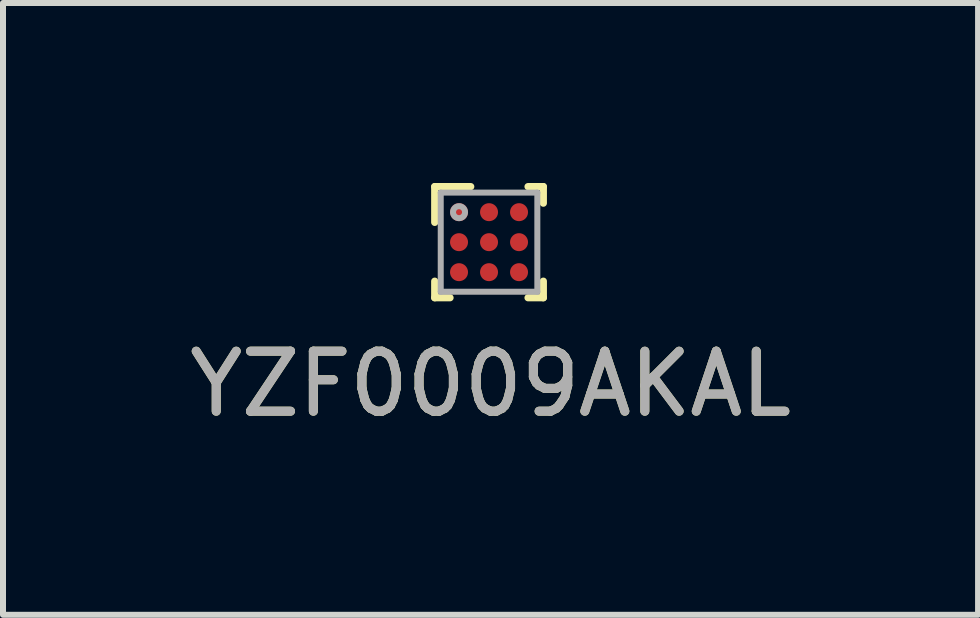
<source format=kicad_pcb>
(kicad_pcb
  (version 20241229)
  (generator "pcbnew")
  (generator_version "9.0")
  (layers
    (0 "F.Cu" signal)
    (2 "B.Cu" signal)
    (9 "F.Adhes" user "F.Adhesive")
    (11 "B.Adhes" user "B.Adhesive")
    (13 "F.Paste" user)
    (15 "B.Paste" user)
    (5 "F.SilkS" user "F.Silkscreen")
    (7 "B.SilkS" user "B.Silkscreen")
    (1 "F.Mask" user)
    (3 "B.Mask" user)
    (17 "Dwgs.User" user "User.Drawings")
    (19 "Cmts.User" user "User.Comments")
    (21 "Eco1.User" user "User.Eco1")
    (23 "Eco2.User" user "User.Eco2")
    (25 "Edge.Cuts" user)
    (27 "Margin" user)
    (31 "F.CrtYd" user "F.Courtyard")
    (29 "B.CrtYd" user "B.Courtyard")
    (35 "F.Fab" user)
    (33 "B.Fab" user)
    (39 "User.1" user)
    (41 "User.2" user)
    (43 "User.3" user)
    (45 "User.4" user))
  (footprint "YZF0009AKAL"
    (layer "F.Cu")
    (at 5.1 0.986)
    (property "Reference" "YZF0009AKAL" (at 0.025 2.362 0) (unlocked yes) (layer "F.SilkS") (effects (font (size 1 1) (thickness 0.15))))
    (attr smd)
    (fp_line (start -0.905 -0.926) (end -0.305 -0.926) (stroke (width 0.12) (type solid)) (layer "F.SilkS"))
    (fp_line (start -0.905 -0.33) (end -0.905 -0.926) (stroke (width 0.12) (type solid)) (layer "F.SilkS"))
    (fp_line (start -0.905 0.926) (end -0.905 0.65) (stroke (width 0.12) (type solid)) (layer "F.SilkS"))
    (fp_line (start -0.905 0.926) (end -0.65 0.926) (stroke (width 0.12) (type solid)) (layer "F.SilkS"))
    (fp_line (start 0.65 -0.926) (end 0.905 -0.926) (stroke (width 0.12) (type solid)) (layer "F.SilkS"))
    (fp_line (start 0.65 0.926) (end 0.905 0.926) (stroke (width 0.12) (type solid)) (layer "F.SilkS"))
    (fp_line (start 0.905 -0.65) (end 0.905 -0.926) (stroke (width 0.12) (type solid)) (layer "F.SilkS"))
    (fp_line (start 0.905 0.926) (end 0.905 0.65) (stroke (width 0.12) (type solid)) (layer "F.SilkS"))
    (fp_circle (center -0.6 -0.6) (end -0.575 -0.6) (stroke (width 0.05) (type solid)) (fill no) (layer "F.Paste"))
    (fp_circle (center -0.6 -0.4) (end -0.575 -0.4) (stroke (width 0.05) (type solid)) (fill no) (layer "F.Paste"))
    (fp_circle (center -0.6 -0.1) (end -0.575 -0.1) (stroke (width 0.05) (type solid)) (fill no) (layer "F.Paste"))
    (fp_circle (center -0.6 0.1) (end -0.575 0.1) (stroke (width 0.05) (type solid)) (fill no) (layer "F.Paste"))
    (fp_circle (center -0.6 0.4) (end -0.575 0.4) (stroke (width 0.05) (type solid)) (fill no) (layer "F.Paste"))
    (fp_circle (center -0.6 0.6) (end -0.575 0.6) (stroke (width 0.05) (type solid)) (fill no) (layer "F.Paste"))
    (fp_circle (center -0.4 -0.6) (end -0.375 -0.6) (stroke (width 0.05) (type solid)) (fill no) (layer "F.Paste"))
    (fp_circle (center -0.4 -0.4) (end -0.375 -0.4) (stroke (width 0.05) (type solid)) (fill no) (layer "F.Paste"))
    (fp_circle (center -0.4 -0.1) (end -0.375 -0.1) (stroke (width 0.05) (type solid)) (fill no) (layer "F.Paste"))
    (fp_circle (center -0.4 0.1) (end -0.375 0.1) (stroke (width 0.05) (type solid)) (fill no) (layer "F.Paste"))
    (fp_circle (center -0.4 0.4) (end -0.375 0.4) (stroke (width 0.05) (type solid)) (fill no) (layer "F.Paste"))
    (fp_circle (center -0.4 0.6) (end -0.375 0.6) (stroke (width 0.05) (type solid)) (fill no) (layer "F.Paste"))
    (fp_circle (center -0.1 -0.6) (end -0.075 -0.6) (stroke (width 0.05) (type solid)) (fill no) (layer "F.Paste"))
    (fp_circle (center -0.1 -0.4) (end -0.075 -0.4) (stroke (width 0.05) (type solid)) (fill no) (layer "F.Paste"))
    (fp_circle (center -0.1 -0.1) (end -0.075 -0.1) (stroke (width 0.05) (type solid)) (fill no) (layer "F.Paste"))
    (fp_circle (center -0.1 0.1) (end -0.075 0.1) (stroke (width 0.05) (type solid)) (fill no) (layer "F.Paste"))
    (fp_circle (center -0.1 0.4) (end -0.075 0.4) (stroke (width 0.05) (type solid)) (fill no) (layer "F.Paste"))
    (fp_circle (center -0.1 0.6) (end -0.075 0.6) (stroke (width 0.05) (type solid)) (fill no) (layer "F.Paste"))
    (fp_circle (center 0.1 -0.6) (end 0.125 -0.6) (stroke (width 0.05) (type solid)) (fill no) (layer "F.Paste"))
    (fp_circle (center 0.1 -0.4) (end 0.125 -0.4) (stroke (width 0.05) (type solid)) (fill no) (layer "F.Paste"))
    (fp_circle (center 0.1 -0.1) (end 0.125 -0.1) (stroke (width 0.05) (type solid)) (fill no) (layer "F.Paste"))
    (fp_circle (center 0.1 0.1) (end 0.125 0.1) (stroke (width 0.05) (type solid)) (fill no) (layer "F.Paste"))
    (fp_circle (center 0.1 0.4) (end 0.125 0.4) (stroke (width 0.05) (type solid)) (fill no) (layer "F.Paste"))
    (fp_circle (center 0.1 0.6) (end 0.125 0.6) (stroke (width 0.05) (type solid)) (fill no) (layer "F.Paste"))
    (fp_circle (center 0.4 -0.6) (end 0.425 -0.6) (stroke (width 0.05) (type solid)) (fill no) (layer "F.Paste"))
    (fp_circle (center 0.4 -0.4) (end 0.425 -0.4) (stroke (width 0.05) (type solid)) (fill no) (layer "F.Paste"))
    (fp_circle (center 0.4 -0.1) (end 0.425 -0.1) (stroke (width 0.05) (type solid)) (fill no) (layer "F.Paste"))
    (fp_circle (center 0.4 0.1) (end 0.425 0.1) (stroke (width 0.05) (type solid)) (fill no) (layer "F.Paste"))
    (fp_circle (center 0.4 0.4) (end 0.425 0.4) (stroke (width 0.05) (type solid)) (fill no) (layer "F.Paste"))
    (fp_circle (center 0.4 0.6) (end 0.425 0.6) (stroke (width 0.05) (type solid)) (fill no) (layer "F.Paste"))
    (fp_circle (center 0.6 -0.6) (end 0.625 -0.6) (stroke (width 0.05) (type solid)) (fill no) (layer "F.Paste"))
    (fp_circle (center 0.6 -0.4) (end 0.625 -0.4) (stroke (width 0.05) (type solid)) (fill no) (layer "F.Paste"))
    (fp_circle (center 0.6 -0.1) (end 0.625 -0.1) (stroke (width 0.05) (type solid)) (fill no) (layer "F.Paste"))
    (fp_circle (center 0.6 0.1) (end 0.625 0.1) (stroke (width 0.05) (type solid)) (fill no) (layer "F.Paste"))
    (fp_circle (center 0.6 0.4) (end 0.625 0.4) (stroke (width 0.05) (type solid)) (fill no) (layer "F.Paste"))
    (fp_circle (center 0.6 0.6) (end 0.625 0.6) (stroke (width 0.05) (type solid)) (fill no) (layer "F.Paste"))
    (fp_poly (pts (xy -0.65 -0.4) (xy -0.35 -0.4) (xy -0.35 -0.6) (xy -0.65 -0.6)) (stroke (width 0) (type solid)) (fill yes) (layer "F.Paste"))
    (fp_poly (pts (xy -0.65 0.1) (xy -0.35 0.1) (xy -0.35 -0.1) (xy -0.65 -0.1)) (stroke (width 0) (type solid)) (fill yes) (layer "F.Paste"))
    (fp_poly (pts (xy -0.65 0.6) (xy -0.35 0.6) (xy -0.35 0.4) (xy -0.65 0.4)) (stroke (width 0) (type solid)) (fill yes) (layer "F.Paste"))
    (fp_poly (pts (xy -0.4 -0.35) (xy -0.4 -0.65) (xy -0.6 -0.65) (xy -0.6 -0.35)) (stroke (width 0) (type solid)) (fill yes) (layer "F.Paste"))
    (fp_poly (pts (xy -0.4 0.15) (xy -0.4 -0.15) (xy -0.6 -0.15) (xy -0.6 0.15)) (stroke (width 0) (type solid)) (fill yes) (layer "F.Paste"))
    (fp_poly (pts (xy -0.4 0.65) (xy -0.4 0.35) (xy -0.6 0.35) (xy -0.6 0.65)) (stroke (width 0) (type solid)) (fill yes) (layer "F.Paste"))
    (fp_poly (pts (xy -0.15 -0.4) (xy 0.15 -0.4) (xy 0.15 -0.6) (xy -0.15 -0.6)) (stroke (width 0) (type solid)) (fill yes) (layer "F.Paste"))
    (fp_poly (pts (xy -0.15 0.1) (xy 0.15 0.1) (xy 0.15 -0.1) (xy -0.15 -0.1)) (stroke (width 0) (type solid)) (fill yes) (layer "F.Paste"))
    (fp_poly (pts (xy -0.15 0.6) (xy 0.15 0.6) (xy 0.15 0.4) (xy -0.15 0.4)) (stroke (width 0) (type solid)) (fill yes) (layer "F.Paste"))
    (fp_poly (pts (xy 0.1 -0.35) (xy 0.1 -0.65) (xy -0.1 -0.65) (xy -0.1 -0.35)) (stroke (width 0) (type solid)) (fill yes) (layer "F.Paste"))
    (fp_poly (pts (xy 0.1 0.15) (xy 0.1 -0.15) (xy -0.1 -0.15) (xy -0.1 0.15)) (stroke (width 0) (type solid)) (fill yes) (layer "F.Paste"))
    (fp_poly (pts (xy 0.1 0.65) (xy 0.1 0.35) (xy -0.1 0.35) (xy -0.1 0.65)) (stroke (width 0) (type solid)) (fill yes) (layer "F.Paste"))
    (fp_poly (pts (xy 0.35 -0.4) (xy 0.65 -0.4) (xy 0.65 -0.6) (xy 0.35 -0.6)) (stroke (width 0) (type solid)) (fill yes) (layer "F.Paste"))
    (fp_poly (pts (xy 0.35 0.1) (xy 0.65 0.1) (xy 0.65 -0.1) (xy 0.35 -0.1)) (stroke (width 0) (type solid)) (fill yes) (layer "F.Paste"))
    (fp_poly (pts (xy 0.35 0.6) (xy 0.65 0.6) (xy 0.65 0.4) (xy 0.35 0.4)) (stroke (width 0) (type solid)) (fill yes) (layer "F.Paste"))
    (fp_poly (pts (xy 0.6 -0.35) (xy 0.6 -0.65) (xy 0.4 -0.65) (xy 0.4 -0.35)) (stroke (width 0) (type solid)) (fill yes) (layer "F.Paste"))
    (fp_poly (pts (xy 0.6 0.15) (xy 0.6 -0.15) (xy 0.4 -0.15) (xy 0.4 0.15)) (stroke (width 0) (type solid)) (fill yes) (layer "F.Paste"))
    (fp_poly (pts (xy 0.6 0.65) (xy 0.6 0.35) (xy 0.4 0.35) (xy 0.4 0.65)) (stroke (width 0) (type solid)) (fill yes) (layer "F.Paste"))
    (fp_line (start -0.805 -0.826) (end 0.805 -0.826) (stroke (width 0.1) (type solid)) (layer "F.Fab"))
    (fp_line (start -0.805 0.826) (end -0.805 -0.826) (stroke (width 0.1) (type solid)) (layer "F.Fab"))
    (fp_line (start -0.805 0.826) (end 0.805 0.826) (stroke (width 0.1) (type solid)) (layer "F.Fab"))
    (fp_line (start 0.805 0.826) (end 0.805 -0.826) (stroke (width 0.1) (type solid)) (layer "F.Fab"))
    (fp_circle (center -0.5 -0.5) (end -0.4 -0.5) (stroke (width 0.1) (type solid)) (fill no) (layer "F.Fab"))
    (fp_text user "${REFERENCE}" (at 0.025 2.362 0) (unlocked yes) (layer "F.Fab") (effects (font (size 1 1) (thickness 0.15))))
    (pad "A1" smd circle (at -0.5 -0.5) (size 0.3 0.3) (layers "F.Cu" "F.Mask"))
    (pad "A2" smd circle (at 0 -0.5) (size 0.3 0.3) (layers "F.Cu" "F.Mask"))
    (pad "A3" smd circle (at 0.5 -0.5) (size 0.3 0.3) (layers "F.Cu" "F.Mask"))
    (pad "B1" smd circle (at -0.5 0) (size 0.3 0.3) (layers "F.Cu" "F.Mask"))
    (pad "B2" smd circle (at 0 0) (size 0.3 0.3) (layers "F.Cu" "F.Mask"))
    (pad "B3" smd circle (at 0.5 0) (size 0.3 0.3) (layers "F.Cu" "F.Mask"))
    (pad "C1" smd circle (at -0.5 0.5) (size 0.3 0.3) (layers "F.Cu" "F.Mask"))
    (pad "C2" smd circle (at 0 0.5) (size 0.3 0.3) (layers "F.Cu" "F.Mask"))
    (pad "C3" smd circle (at 0.5 0.5) (size 0.3 0.3) (layers "F.Cu" "F.Mask")))
  (gr_rect
    (start -3 -3)
    (end 13.25 7.196)
    (stroke (width 0.1) (type default))
    (fill no)
    (layer "Edge.Cuts")))
</source>
